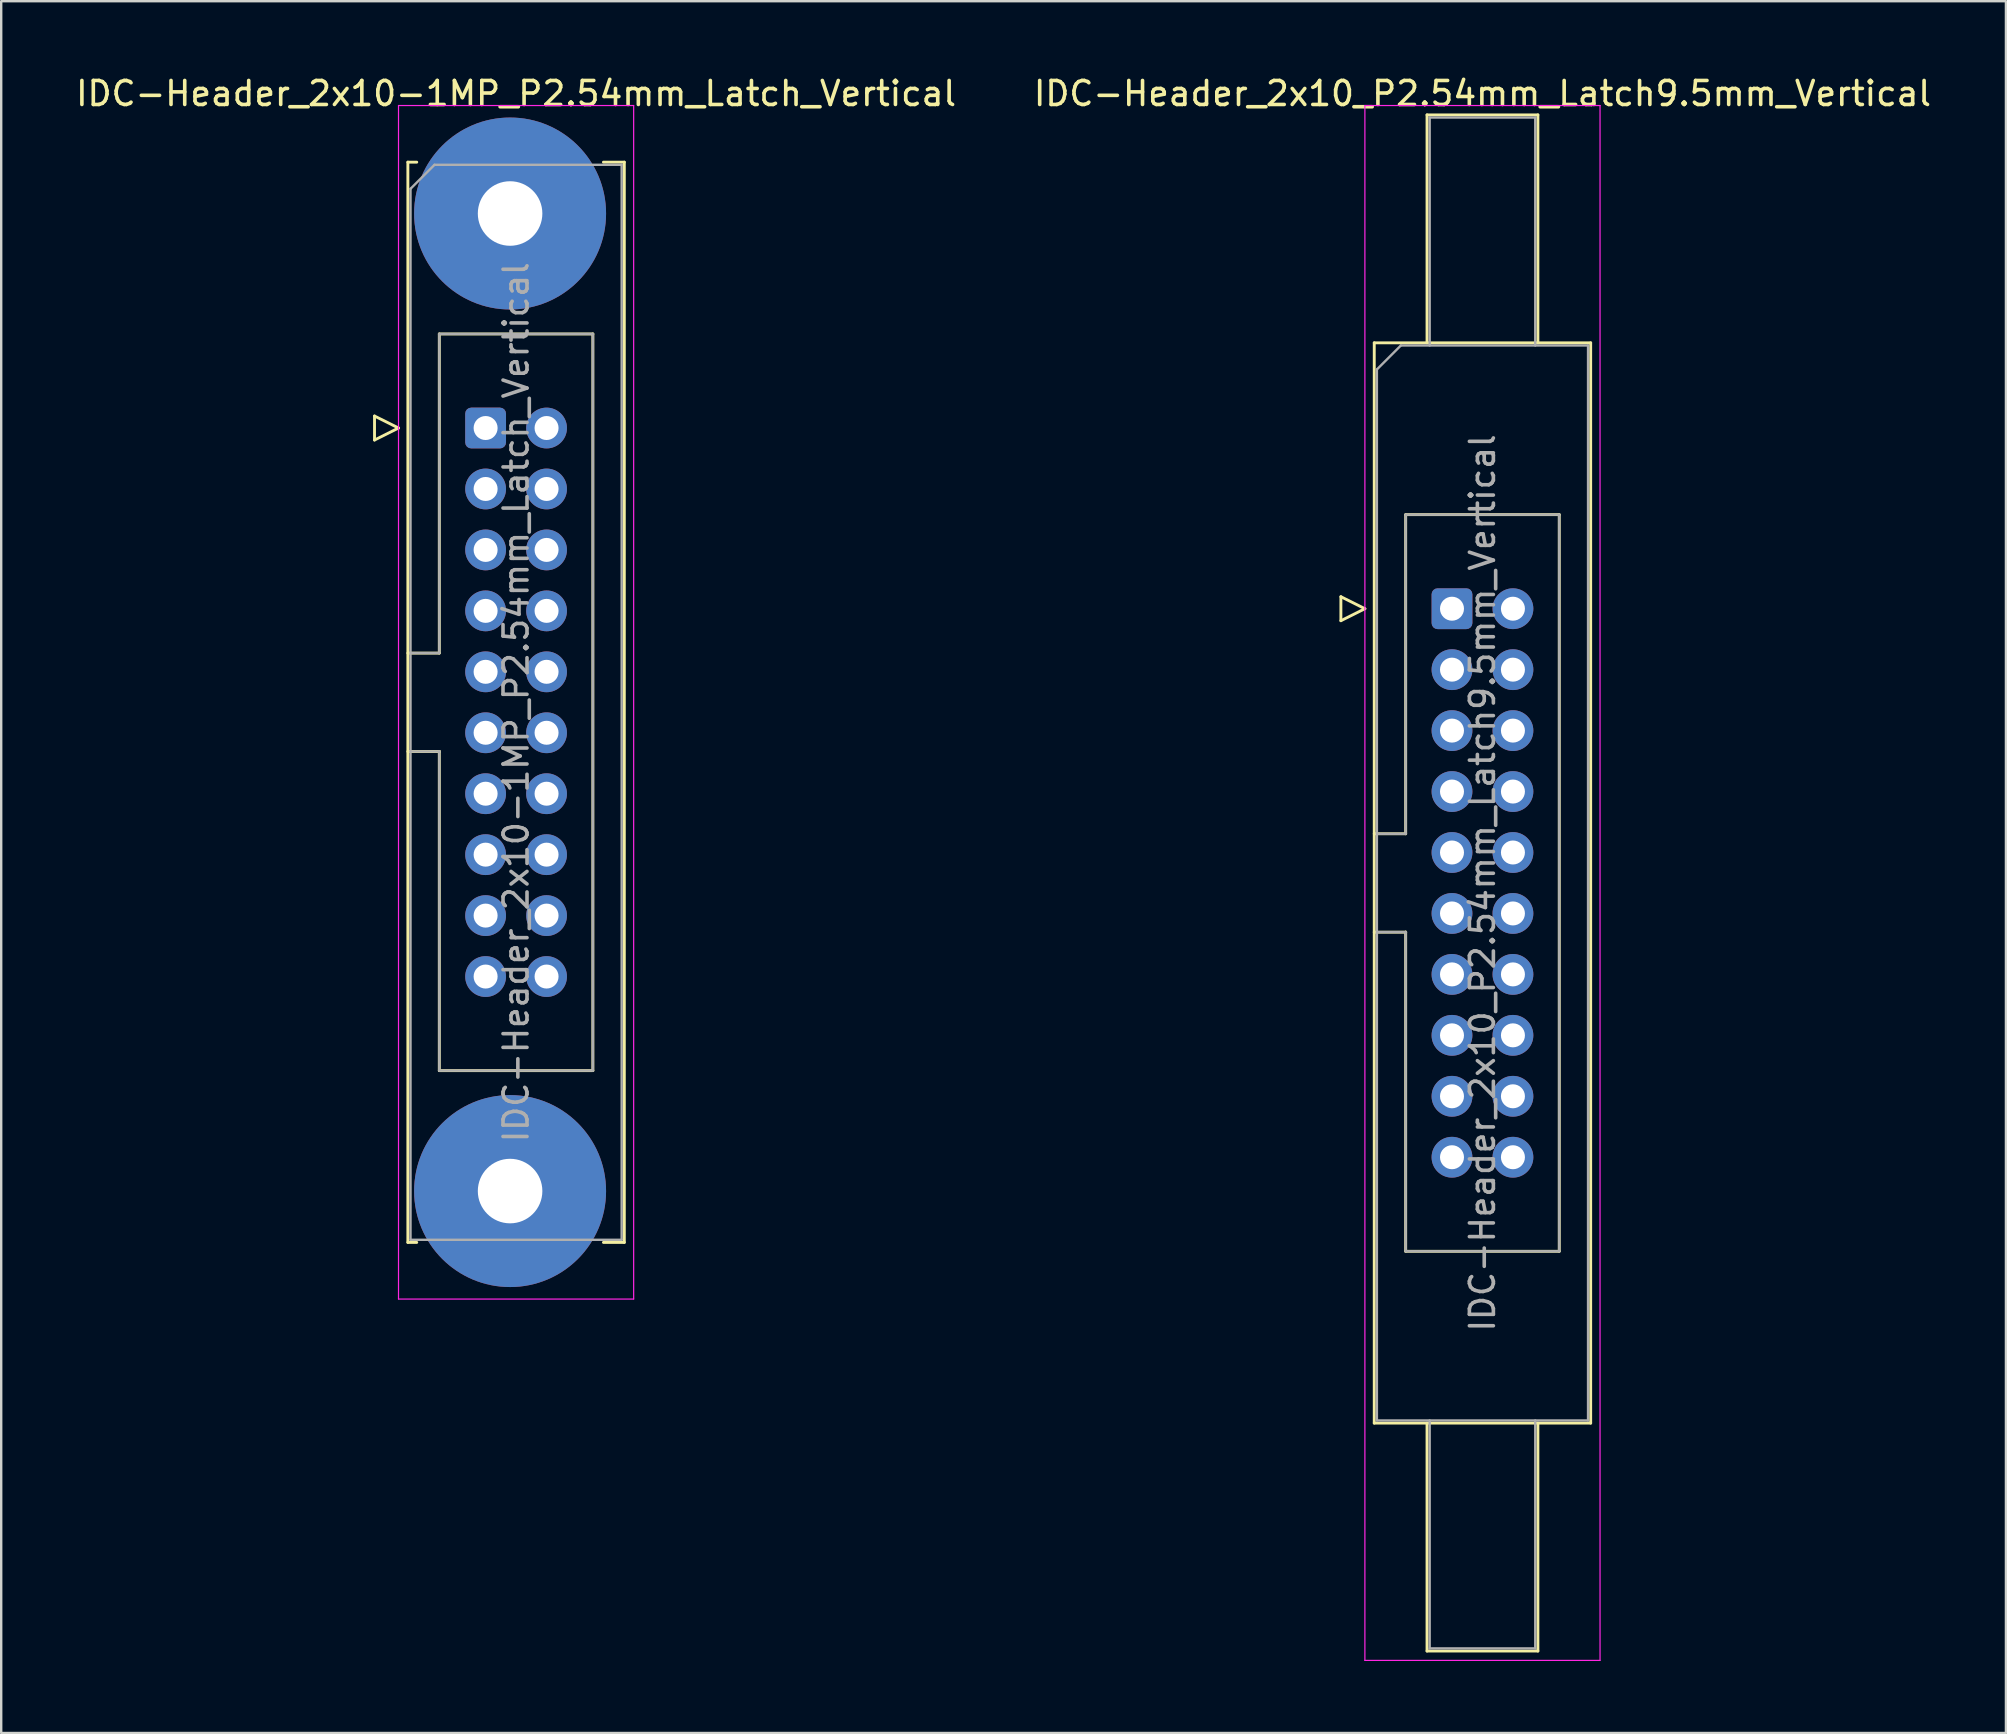
<source format=kicad_pcb>
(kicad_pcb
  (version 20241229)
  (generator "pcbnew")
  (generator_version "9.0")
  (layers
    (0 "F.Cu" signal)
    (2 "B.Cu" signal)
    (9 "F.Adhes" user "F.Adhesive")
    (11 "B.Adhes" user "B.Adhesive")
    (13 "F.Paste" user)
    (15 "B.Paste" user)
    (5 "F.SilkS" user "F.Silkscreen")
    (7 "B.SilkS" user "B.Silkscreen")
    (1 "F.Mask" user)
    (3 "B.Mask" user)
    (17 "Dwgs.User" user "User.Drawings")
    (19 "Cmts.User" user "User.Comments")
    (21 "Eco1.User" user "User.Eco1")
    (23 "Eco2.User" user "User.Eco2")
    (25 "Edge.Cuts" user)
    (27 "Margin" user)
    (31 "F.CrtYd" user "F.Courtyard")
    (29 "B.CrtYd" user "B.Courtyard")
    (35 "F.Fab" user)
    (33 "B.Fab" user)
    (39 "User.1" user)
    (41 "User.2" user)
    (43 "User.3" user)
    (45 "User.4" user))
  (footprint "IDC-Header_2x10-1MP_P2.54mm_Latch_Vertical"
    (layer "F.Cu")
    (at 17.188 14.788)
    (property "Reference" "IDC-Header_2x10-1MP_P2.54mm_Latch_Vertical" (at 1.27 -13.94 0) (layer "F.SilkS") (effects (font (size 1 1) (thickness 0.15))))
    (attr through_hole)
    (fp_line (start -4.63 -0.5) (end -4.63 0.5) (stroke (width 0.12) (type solid)) (layer "F.SilkS"))
    (fp_line (start -4.63 0.5) (end -3.63 0) (stroke (width 0.12) (type solid)) (layer "F.SilkS"))
    (fp_line (start -3.63 0) (end -4.63 -0.5) (stroke (width 0.12) (type solid)) (layer "F.SilkS"))
    (fp_line (start -3.24 -11.08) (end -3.24 33.94) (stroke (width 0.12) (type solid)) (layer "F.SilkS"))
    (fp_line (start -3.24 9.38) (end -1.93 9.38) (stroke (width 0.12) (type solid)) (layer "F.SilkS"))
    (fp_line (start -3.24 33.94) (end -2.87 33.94) (stroke (width 0.12) (type solid)) (layer "F.SilkS"))
    (fp_line (start -2.87 -11.08) (end -3.24 -11.08) (stroke (width 0.12) (type solid)) (layer "F.SilkS"))
    (fp_line (start -1.93 -3.92) (end 4.47 -3.92) (stroke (width 0.12) (type solid)) (layer "F.SilkS"))
    (fp_line (start -1.93 9.38) (end -1.93 -3.92) (stroke (width 0.12) (type solid)) (layer "F.SilkS"))
    (fp_line (start -1.93 13.48) (end -3.24 13.48) (stroke (width 0.12) (type solid)) (layer "F.SilkS"))
    (fp_line (start -1.93 13.48) (end -1.93 13.48) (stroke (width 0.12) (type solid)) (layer "F.SilkS"))
    (fp_line (start -1.93 26.78) (end -1.93 13.48) (stroke (width 0.12) (type solid)) (layer "F.SilkS"))
    (fp_line (start 4.47 -3.92) (end 4.47 26.78) (stroke (width 0.12) (type solid)) (layer "F.SilkS"))
    (fp_line (start 4.47 26.78) (end -1.93 26.78) (stroke (width 0.12) (type solid)) (layer "F.SilkS"))
    (fp_line (start 4.91 -11.08) (end 5.78 -11.08) (stroke (width 0.12) (type solid)) (layer "F.SilkS"))
    (fp_line (start 5.78 -11.08) (end 5.78 33.94) (stroke (width 0.12) (type solid)) (layer "F.SilkS"))
    (fp_line (start 5.78 33.94) (end 4.91 33.94) (stroke (width 0.12) (type solid)) (layer "F.SilkS"))
    (fp_line (start -3.63 -13.44) (end -3.63 36.3) (stroke (width 0.05) (type solid)) (layer "F.CrtYd"))
    (fp_line (start -3.63 36.3) (end 6.17 36.3) (stroke (width 0.05) (type solid)) (layer "F.CrtYd"))
    (fp_line (start 6.17 -13.44) (end -3.63 -13.44) (stroke (width 0.05) (type solid)) (layer "F.CrtYd"))
    (fp_line (start 6.17 36.3) (end 6.17 -13.44) (stroke (width 0.05) (type solid)) (layer "F.CrtYd"))
    (fp_line (start -3.13 -9.97) (end -2.13 -10.97) (stroke (width 0.1) (type solid)) (layer "F.Fab"))
    (fp_line (start -3.13 9.38) (end -1.93 9.38) (stroke (width 0.1) (type solid)) (layer "F.Fab"))
    (fp_line (start -3.13 33.83) (end -3.13 -9.97) (stroke (width 0.1) (type solid)) (layer "F.Fab"))
    (fp_line (start -2.13 -10.97) (end 5.67 -10.97) (stroke (width 0.1) (type solid)) (layer "F.Fab"))
    (fp_line (start -1.93 -3.92) (end 4.47 -3.92) (stroke (width 0.1) (type solid)) (layer "F.Fab"))
    (fp_line (start -1.93 9.38) (end -1.93 -3.92) (stroke (width 0.1) (type solid)) (layer "F.Fab"))
    (fp_line (start -1.93 13.48) (end -3.13 13.48) (stroke (width 0.1) (type solid)) (layer "F.Fab"))
    (fp_line (start -1.93 13.48) (end -1.93 13.48) (stroke (width 0.1) (type solid)) (layer "F.Fab"))
    (fp_line (start -1.93 26.78) (end -1.93 13.48) (stroke (width 0.1) (type solid)) (layer "F.Fab"))
    (fp_line (start 4.47 -3.92) (end 4.47 26.78) (stroke (width 0.1) (type solid)) (layer "F.Fab"))
    (fp_line (start 4.47 26.78) (end -1.93 26.78) (stroke (width 0.1) (type solid)) (layer "F.Fab"))
    (fp_line (start 5.67 -10.97) (end 5.67 33.83) (stroke (width 0.1) (type solid)) (layer "F.Fab"))
    (fp_line (start 5.67 33.83) (end -3.13 33.83) (stroke (width 0.1) (type solid)) (layer "F.Fab"))
    (fp_text user "${REFERENCE}" (at 1.27 11.43 90) (layer "F.Fab") (effects (font (size 1 1) (thickness 0.15))))
    (pad "1" thru_hole roundrect (at 0 0) (size 1.7 1.7) (drill 1) (layers "*.Cu" "*.Mask") (roundrect_rratio 0.147))
    (pad "2" thru_hole circle (at 2.54 0) (size 1.7 1.7) (drill 1) (layers "*.Cu" "*.Mask"))
    (pad "3" thru_hole circle (at 0 2.54) (size 1.7 1.7) (drill 1) (layers "*.Cu" "*.Mask"))
    (pad "4" thru_hole circle (at 2.54 2.54) (size 1.7 1.7) (drill 1) (layers "*.Cu" "*.Mask"))
    (pad "5" thru_hole circle (at 0 5.08) (size 1.7 1.7) (drill 1) (layers "*.Cu" "*.Mask"))
    (pad "6" thru_hole circle (at 2.54 5.08) (size 1.7 1.7) (drill 1) (layers "*.Cu" "*.Mask"))
    (pad "7" thru_hole circle (at 0 7.62) (size 1.7 1.7) (drill 1) (layers "*.Cu" "*.Mask"))
    (pad "8" thru_hole circle (at 2.54 7.62) (size 1.7 1.7) (drill 1) (layers "*.Cu" "*.Mask"))
    (pad "9" thru_hole circle (at 0 10.16) (size 1.7 1.7) (drill 1) (layers "*.Cu" "*.Mask"))
    (pad "10" thru_hole circle (at 2.54 10.16) (size 1.7 1.7) (drill 1) (layers "*.Cu" "*.Mask"))
    (pad "11" thru_hole circle (at 0 12.7) (size 1.7 1.7) (drill 1) (layers "*.Cu" "*.Mask"))
    (pad "12" thru_hole circle (at 2.54 12.7) (size 1.7 1.7) (drill 1) (layers "*.Cu" "*.Mask"))
    (pad "13" thru_hole circle (at 0 15.24) (size 1.7 1.7) (drill 1) (layers "*.Cu" "*.Mask"))
    (pad "14" thru_hole circle (at 2.54 15.24) (size 1.7 1.7) (drill 1) (layers "*.Cu" "*.Mask"))
    (pad "15" thru_hole circle (at 0 17.78) (size 1.7 1.7) (drill 1) (layers "*.Cu" "*.Mask"))
    (pad "16" thru_hole circle (at 2.54 17.78) (size 1.7 1.7) (drill 1) (layers "*.Cu" "*.Mask"))
    (pad "17" thru_hole circle (at 0 20.32) (size 1.7 1.7) (drill 1) (layers "*.Cu" "*.Mask"))
    (pad "18" thru_hole circle (at 2.54 20.32) (size 1.7 1.7) (drill 1) (layers "*.Cu" "*.Mask"))
    (pad "19" thru_hole circle (at 0 22.86) (size 1.7 1.7) (drill 1) (layers "*.Cu" "*.Mask"))
    (pad "20" thru_hole circle (at 2.54 22.86) (size 1.7 1.7) (drill 1) (layers "*.Cu" "*.Mask"))
    (pad "MP" thru_hole circle (at 1.02 -8.94) (size 8 8) (drill 2.69) (layers "*.Cu" "*.Mask"))
    (pad "MP" thru_hole circle (at 1.02 31.8) (size 8 8) (drill 2.69) (layers "*.Cu" "*.Mask")))
  (footprint "IDC-Header_2x10_P2.54mm_Latch9.5mm_Vertical"
    (layer "F.Cu")
    (at 57.462 22.318)
    (property "Reference" "IDC-Header_2x10_P2.54mm_Latch9.5mm_Vertical" (at 1.27 -21.47 0) (layer "F.SilkS") (effects (font (size 1 1) (thickness 0.15))))
    (attr through_hole)
    (fp_line (start -4.63 -0.5) (end -4.63 0.5) (stroke (width 0.12) (type solid)) (layer "F.SilkS"))
    (fp_line (start -4.63 0.5) (end -3.63 0) (stroke (width 0.12) (type solid)) (layer "F.SilkS"))
    (fp_line (start -3.63 0) (end -4.63 -0.5) (stroke (width 0.12) (type solid)) (layer "F.SilkS"))
    (fp_line (start -3.24 -11.08) (end 5.78 -11.08) (stroke (width 0.12) (type solid)) (layer "F.SilkS"))
    (fp_line (start -3.24 9.38) (end -1.93 9.38) (stroke (width 0.12) (type solid)) (layer "F.SilkS"))
    (fp_line (start -3.24 33.94) (end -3.24 -11.08) (stroke (width 0.12) (type solid)) (layer "F.SilkS"))
    (fp_line (start -1.93 -3.92) (end 4.47 -3.92) (stroke (width 0.12) (type solid)) (layer "F.SilkS"))
    (fp_line (start -1.93 9.38) (end -1.93 -3.92) (stroke (width 0.12) (type solid)) (layer "F.SilkS"))
    (fp_line (start -1.93 13.48) (end -3.24 13.48) (stroke (width 0.12) (type solid)) (layer "F.SilkS"))
    (fp_line (start -1.93 13.48) (end -1.93 13.48) (stroke (width 0.12) (type solid)) (layer "F.SilkS"))
    (fp_line (start -1.93 26.78) (end -1.93 13.48) (stroke (width 0.12) (type solid)) (layer "F.SilkS"))
    (fp_line (start -1.04 -20.58) (end 3.58 -20.58) (stroke (width 0.12) (type solid)) (layer "F.SilkS"))
    (fp_line (start -1.04 -11.08) (end -1.04 -20.58) (stroke (width 0.12) (type solid)) (layer "F.SilkS"))
    (fp_line (start -1.04 33.94) (end -1.04 43.44) (stroke (width 0.12) (type solid)) (layer "F.SilkS"))
    (fp_line (start -1.04 43.44) (end 3.58 43.44) (stroke (width 0.12) (type solid)) (layer "F.SilkS"))
    (fp_line (start 3.58 -20.58) (end 3.58 -11.08) (stroke (width 0.12) (type solid)) (layer "F.SilkS"))
    (fp_line (start 3.58 43.44) (end 3.58 33.94) (stroke (width 0.12) (type solid)) (layer "F.SilkS"))
    (fp_line (start 4.47 -3.92) (end 4.47 26.78) (stroke (width 0.12) (type solid)) (layer "F.SilkS"))
    (fp_line (start 4.47 26.78) (end -1.93 26.78) (stroke (width 0.12) (type solid)) (layer "F.SilkS"))
    (fp_line (start 5.78 -11.08) (end 5.78 33.94) (stroke (width 0.12) (type solid)) (layer "F.SilkS"))
    (fp_line (start 5.78 33.94) (end -3.24 33.94) (stroke (width 0.12) (type solid)) (layer "F.SilkS"))
    (fp_line (start -3.63 -20.97) (end -3.63 43.83) (stroke (width 0.05) (type solid)) (layer "F.CrtYd"))
    (fp_line (start -3.63 43.83) (end 6.17 43.83) (stroke (width 0.05) (type solid)) (layer "F.CrtYd"))
    (fp_line (start 6.17 -20.97) (end -3.63 -20.97) (stroke (width 0.05) (type solid)) (layer "F.CrtYd"))
    (fp_line (start 6.17 43.83) (end 6.17 -20.97) (stroke (width 0.05) (type solid)) (layer "F.CrtYd"))
    (fp_line (start -3.13 -9.97) (end -2.13 -10.97) (stroke (width 0.1) (type solid)) (layer "F.Fab"))
    (fp_line (start -3.13 9.38) (end -1.93 9.38) (stroke (width 0.1) (type solid)) (layer "F.Fab"))
    (fp_line (start -3.13 33.83) (end -3.13 -9.97) (stroke (width 0.1) (type solid)) (layer "F.Fab"))
    (fp_line (start -2.13 -10.97) (end 5.67 -10.97) (stroke (width 0.1) (type solid)) (layer "F.Fab"))
    (fp_line (start -1.93 -3.92) (end 4.47 -3.92) (stroke (width 0.1) (type solid)) (layer "F.Fab"))
    (fp_line (start -1.93 9.38) (end -1.93 -3.92) (stroke (width 0.1) (type solid)) (layer "F.Fab"))
    (fp_line (start -1.93 13.48) (end -3.13 13.48) (stroke (width 0.1) (type solid)) (layer "F.Fab"))
    (fp_line (start -1.93 13.48) (end -1.93 13.48) (stroke (width 0.1) (type solid)) (layer "F.Fab"))
    (fp_line (start -1.93 26.78) (end -1.93 13.48) (stroke (width 0.1) (type solid)) (layer "F.Fab"))
    (fp_line (start -0.93 -20.47) (end 3.47 -20.47) (stroke (width 0.1) (type solid)) (layer "F.Fab"))
    (fp_line (start -0.93 -10.97) (end -0.93 -20.47) (stroke (width 0.1) (type solid)) (layer "F.Fab"))
    (fp_line (start -0.93 33.83) (end -0.93 43.33) (stroke (width 0.1) (type solid)) (layer "F.Fab"))
    (fp_line (start -0.93 43.33) (end 3.47 43.33) (stroke (width 0.1) (type solid)) (layer "F.Fab"))
    (fp_line (start 3.47 -20.47) (end 3.47 -10.97) (stroke (width 0.1) (type solid)) (layer "F.Fab"))
    (fp_line (start 3.47 43.33) (end 3.47 33.83) (stroke (width 0.1) (type solid)) (layer "F.Fab"))
    (fp_line (start 4.47 -3.92) (end 4.47 26.78) (stroke (width 0.1) (type solid)) (layer "F.Fab"))
    (fp_line (start 4.47 26.78) (end -1.93 26.78) (stroke (width 0.1) (type solid)) (layer "F.Fab"))
    (fp_line (start 5.67 -10.97) (end 5.67 33.83) (stroke (width 0.1) (type solid)) (layer "F.Fab"))
    (fp_line (start 5.67 33.83) (end -3.13 33.83) (stroke (width 0.1) (type solid)) (layer "F.Fab"))
    (fp_text user "${REFERENCE}" (at 1.27 11.43 90) (layer "F.Fab") (effects (font (size 1 1) (thickness 0.15))))
    (pad "1" thru_hole roundrect (at 0 0) (size 1.7 1.7) (drill 1) (layers "*.Cu" "*.Mask") (roundrect_rratio 0.147))
    (pad "2" thru_hole circle (at 2.54 0) (size 1.7 1.7) (drill 1) (layers "*.Cu" "*.Mask"))
    (pad "3" thru_hole circle (at 0 2.54) (size 1.7 1.7) (drill 1) (layers "*.Cu" "*.Mask"))
    (pad "4" thru_hole circle (at 2.54 2.54) (size 1.7 1.7) (drill 1) (layers "*.Cu" "*.Mask"))
    (pad "5" thru_hole circle (at 0 5.08) (size 1.7 1.7) (drill 1) (layers "*.Cu" "*.Mask"))
    (pad "6" thru_hole circle (at 2.54 5.08) (size 1.7 1.7) (drill 1) (layers "*.Cu" "*.Mask"))
    (pad "7" thru_hole circle (at 0 7.62) (size 1.7 1.7) (drill 1) (layers "*.Cu" "*.Mask"))
    (pad "8" thru_hole circle (at 2.54 7.62) (size 1.7 1.7) (drill 1) (layers "*.Cu" "*.Mask"))
    (pad "9" thru_hole circle (at 0 10.16) (size 1.7 1.7) (drill 1) (layers "*.Cu" "*.Mask"))
    (pad "10" thru_hole circle (at 2.54 10.16) (size 1.7 1.7) (drill 1) (layers "*.Cu" "*.Mask"))
    (pad "11" thru_hole circle (at 0 12.7) (size 1.7 1.7) (drill 1) (layers "*.Cu" "*.Mask"))
    (pad "12" thru_hole circle (at 2.54 12.7) (size 1.7 1.7) (drill 1) (layers "*.Cu" "*.Mask"))
    (pad "13" thru_hole circle (at 0 15.24) (size 1.7 1.7) (drill 1) (layers "*.Cu" "*.Mask"))
    (pad "14" thru_hole circle (at 2.54 15.24) (size 1.7 1.7) (drill 1) (layers "*.Cu" "*.Mask"))
    (pad "15" thru_hole circle (at 0 17.78) (size 1.7 1.7) (drill 1) (layers "*.Cu" "*.Mask"))
    (pad "16" thru_hole circle (at 2.54 17.78) (size 1.7 1.7) (drill 1) (layers "*.Cu" "*.Mask"))
    (pad "17" thru_hole circle (at 0 20.32) (size 1.7 1.7) (drill 1) (layers "*.Cu" "*.Mask"))
    (pad "18" thru_hole circle (at 2.54 20.32) (size 1.7 1.7) (drill 1) (layers "*.Cu" "*.Mask"))
    (pad "19" thru_hole circle (at 0 22.86) (size 1.7 1.7) (drill 1) (layers "*.Cu" "*.Mask"))
    (pad "20" thru_hole circle (at 2.54 22.86) (size 1.7 1.7) (drill 1) (layers "*.Cu" "*.Mask")))
  (gr_rect
    (start -3 -3)
    (end 80.548 69.173)
    (stroke (width 0.1) (type default))
    (fill no)
    (layer "Edge.Cuts")))
</source>
